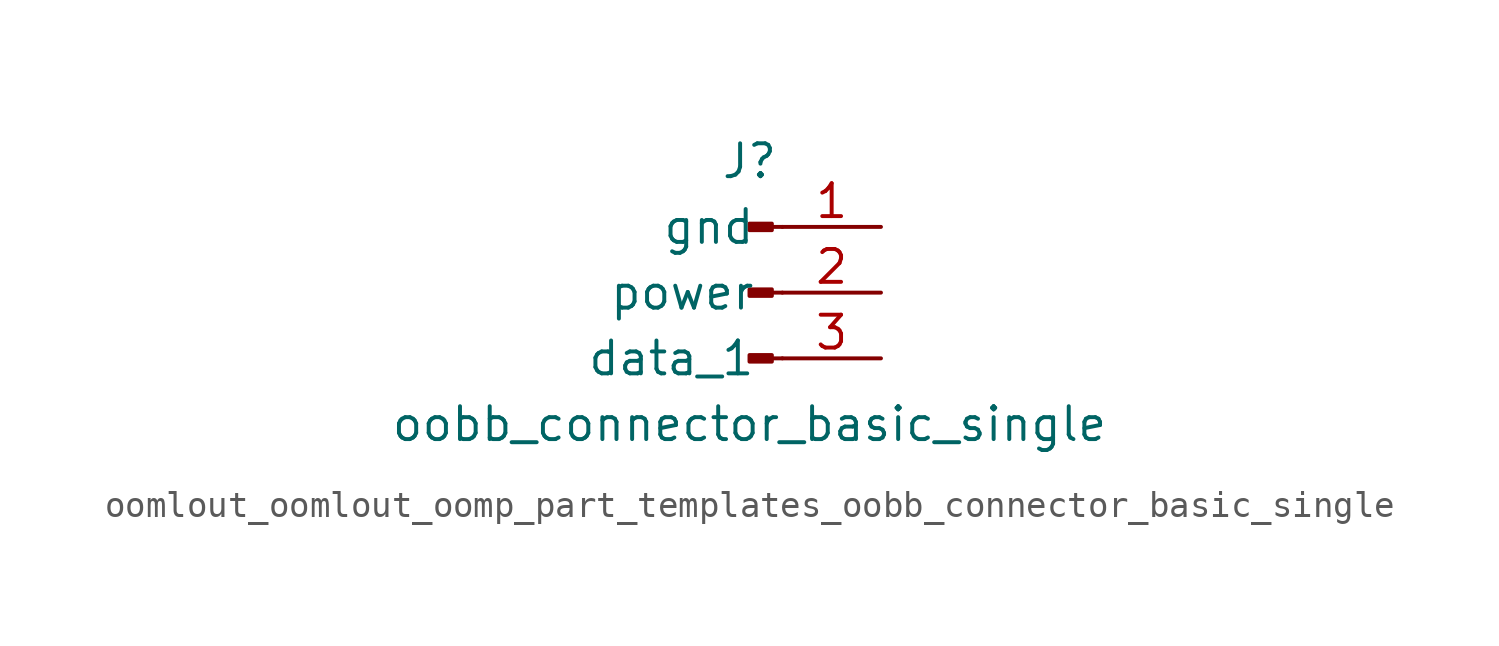
<source format=kicad_sym>
(kicad_symbol_lib
  (version 20220914)
  (generator kicad_symbol_editor)
  (symbol "oomlout_oomlout_oomp_part_templates_oobb_connector_basic_single"
    (pin_names
      (offset 1.016))
    (property "Reference" "J"
      (at 0 5.08 0)
      (effects (font (size 1.27 1.27))))
    (property "Value" "oobb_connector_basic_single"
      (at 0 -5.08 0)
      (effects (font (size 1.27 1.27))))
    (symbol "oomlout_oomlout_oomp_part_templates_oobb_connector_basic_single_1_1"
      (polyline (pts (xy 1.27 -2.54) (xy 0.864 -2.54)) (stroke (width 0.152) (type default)) (fill (type none)))
      (polyline (pts (xy 1.27 0) (xy 0.864 0)) (stroke (width 0.152) (type default)) (fill (type none)))
      (polyline (pts (xy 1.27 2.54) (xy 0.864 2.54)) (stroke (width 0.152) (type default)) (fill (type none)))
      (rectangle (start 0.864 -2.413) (end 0 -2.667) (stroke (width 0.152) (type default)) (fill (type outline)))
      (rectangle (start 0.864 0.127) (end 0 -0.127) (stroke (width 0.152) (type default)) (fill (type outline)))
      (rectangle (start 0.864 2.667) (end 0 2.413) (stroke (width 0.152) (type default)) (fill (type outline)))
      (pin passive line (at 5.08 2.54 180) (length 3.81) (name "gnd" (effects (font (size 1.27 1.27)))) (number "1" (effects (font (size 1.27 1.27)))))
      (pin passive line (at 5.08 0 180) (length 3.81) (name "power" (effects (font (size 1.27 1.27)))) (number "2" (effects (font (size 1.27 1.27)))))
      (pin passive line (at 5.08 -2.54 180) (length 3.81) (name "data_1" (effects (font (size 1.27 1.27)))) (number "3" (effects (font (size 1.27 1.27))))))))
</source>
